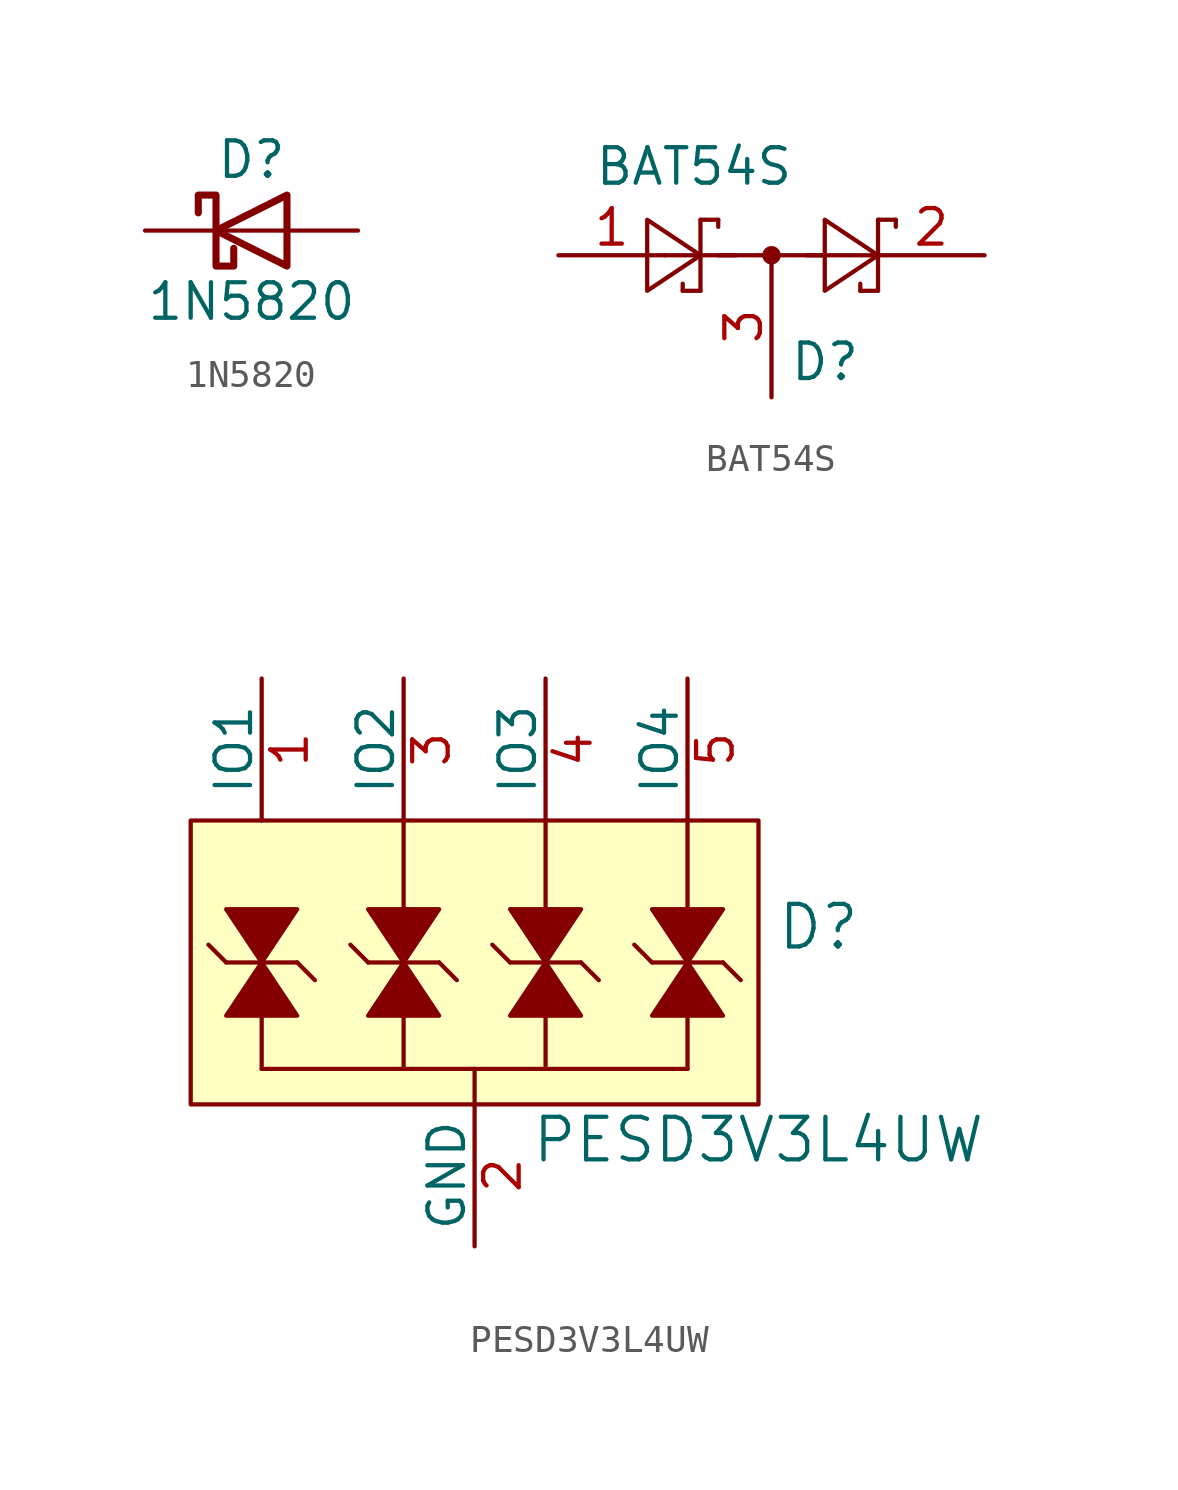
<source format=kicad_sym>
(kicad_symbol_lib
  (version 20220914)
  (generator kicad_symbol_editor)
  (symbol "1N5820"
    (pin_numbers hide)
    (pin_names
      (offset 1.016) hide)
    (property "Reference" "D"
      (at 0 2.54 0)
      (effects (font (size 1.27 1.27))))
    (property "Value" "1N5820"
      (at 0 -2.54 0)
      (effects (font (size 1.27 1.27))))
    (symbol "1N5820_0_1"
      (polyline (pts (xy 1.27 0) (xy -1.27 0)) (stroke (width 0) (type solid)) (fill (type none)))
      (polyline (pts (xy 1.27 1.27) (xy 1.27 -1.27) (xy -1.27 0) (xy 1.27 1.27)) (stroke (width 0.254) (type solid)) (fill (type none)))
      (polyline (pts (xy -1.905 0.635) (xy -1.905 1.27) (xy -1.27 1.27) (xy -1.27 -1.27) (xy -0.635 -1.27) (xy -0.635 -0.635)) (stroke (width 0.254) (type solid)) (fill (type none))))
    (symbol "1N5820_1_1"
      (pin passive line (at -3.81 0 0) (length 2.54) (name "K" (effects (font (size 1.27 1.27)))) (number "1" (effects (font (size 1.27 1.27)))))
      (pin passive line (at 3.81 0 180) (length 2.54) (name "A" (effects (font (size 1.27 1.27)))) (number "2" (effects (font (size 1.27 1.27)))))))
  (symbol "BAT54S"
    (pin_names
      (offset 1.016))
    (property "Reference" "D"
      (at 0.635 -3.81 0)
      (effects (font (size 1.27 1.27)) (justify left)))
    (property "Value" "BAT54S"
      (at -6.35 3.175 0)
      (effects (font (size 1.27 1.27)) (justify left)))
    (symbol "BAT54S_0_1"
      (polyline (pts (xy -3.81 0) (xy -1.27 0)) (stroke (width 0) (type solid)) (fill (type none)))
      (polyline (pts (xy -3.175 -1.27) (xy -3.175 -1.016)) (stroke (width 0) (type solid)) (fill (type none)))
      (polyline (pts (xy -2.54 -1.27) (xy -3.175 -1.27)) (stroke (width 0) (type solid)) (fill (type none)))
      (polyline (pts (xy -2.54 -1.27) (xy -2.54 1.27)) (stroke (width 0) (type solid)) (fill (type none)))
      (polyline (pts (xy -2.54 1.27) (xy -1.905 1.27)) (stroke (width 0) (type solid)) (fill (type none)))
      (polyline (pts (xy -1.905 0) (xy 1.905 0)) (stroke (width 0) (type solid)) (fill (type none)))
      (polyline (pts (xy -1.905 1.27) (xy -1.905 1.016)) (stroke (width 0) (type solid)) (fill (type none)))
      (polyline (pts (xy 1.27 0) (xy 3.81 0)) (stroke (width 0) (type solid)) (fill (type none)))
      (polyline (pts (xy 3.175 -1.27) (xy 3.175 -1.016)) (stroke (width 0) (type solid)) (fill (type none)))
      (polyline (pts (xy 3.81 -1.27) (xy 3.175 -1.27)) (stroke (width 0) (type solid)) (fill (type none)))
      (polyline (pts (xy 3.81 -1.27) (xy 3.81 1.27)) (stroke (width 0) (type solid)) (fill (type none)))
      (polyline (pts (xy 3.81 1.27) (xy 4.445 1.27)) (stroke (width 0) (type solid)) (fill (type none)))
      (polyline (pts (xy 4.445 1.27) (xy 4.445 1.016)) (stroke (width 0) (type solid)) (fill (type none)))
      (polyline (pts (xy -4.445 1.27) (xy -4.445 -1.27) (xy -2.54 0) (xy -4.445 1.27)) (stroke (width 0) (type solid)) (fill (type none)))
      (polyline (pts (xy 1.905 1.27) (xy 1.905 -1.27) (xy 3.81 0) (xy 1.905 1.27)) (stroke (width 0) (type solid)) (fill (type none)))
      (circle (center 0 0) (radius 0.254) (stroke (width 0) (type solid)) (fill (type outline))))
    (symbol "BAT54S_1_1"
      (pin passive line (at -7.62 0 0) (length 3.81) (name "~" (effects (font (size 1.27 1.27)))) (number "1" (effects (font (size 1.27 1.27)))))
      (pin passive line (at 7.62 0 180) (length 3.81) (name "~" (effects (font (size 1.27 1.27)))) (number "2" (effects (font (size 1.27 1.27)))))
      (pin passive line (at 0 -5.08 90) (length 5.08) (name "~" (effects (font (size 1.27 1.27)))) (number "3" (effects (font (size 1.27 1.27)))))))
  (symbol "PESD3V3L4UW"
    (pin_names
      (offset 0))
    (property "Reference" "D"
      (at 10.795 1.27 0)
      (effects (font (size 1.524 1.524)) (justify left)))
    (property "Value" "PESD3V3L4UW"
      (at 10.16 -6.35 0)
      (effects (font (size 1.524 1.524))))
    (symbol "PESD3V3L4UW_0_1"
      (rectangle (start -10.16 5.08) (end 10.16 -5.08) (stroke (width 0) (type solid)) (fill (type background)))
      (polyline (pts (xy -9.525 0.635) (xy -8.89 0)) (stroke (width 0) (type solid)) (fill (type none)))
      (polyline (pts (xy -7.62 -3.81) (xy 7.62 -3.81)) (stroke (width 0) (type solid)) (fill (type none)))
      (polyline (pts (xy -7.62 -1.905) (xy -7.62 -3.81)) (stroke (width 0) (type solid)) (fill (type none)))
      (polyline (pts (xy -5.715 -0.635) (xy -6.35 0)) (stroke (width 0) (type solid)) (fill (type none)))
      (polyline (pts (xy -2.54 -1.905) (xy -2.54 -3.81)) (stroke (width 0) (type solid)) (fill (type none)))
      (polyline (pts (xy -2.54 5.08) (xy -2.54 1.905)) (stroke (width 0) (type solid)) (fill (type none)))
      (polyline (pts (xy 0 -3.81) (xy 0 -5.08)) (stroke (width 0) (type solid)) (fill (type none)))
      (polyline (pts (xy 2.54 -1.905) (xy 2.54 -3.81)) (stroke (width 0) (type solid)) (fill (type none)))
      (polyline (pts (xy 2.54 5.08) (xy 2.54 1.905)) (stroke (width 0) (type solid)) (fill (type none)))
      (polyline (pts (xy 7.62 -1.905) (xy 7.62 -3.81)) (stroke (width 0) (type solid)) (fill (type none)))
      (polyline (pts (xy 7.62 5.08) (xy 7.62 1.905)) (stroke (width 0) (type solid)) (fill (type none))))
    (symbol "PESD3V3L4UW_1_1"
      (polyline (pts (xy -8.89 0) (xy -6.35 0)) (stroke (width 0) (type solid)) (fill (type none)))
      (polyline (pts (xy -4.445 0.635) (xy -3.81 0)) (stroke (width 0) (type solid)) (fill (type none)))
      (polyline (pts (xy -3.81 0) (xy -1.27 0)) (stroke (width 0) (type solid)) (fill (type none)))
      (polyline (pts (xy -0.635 -0.635) (xy -1.27 0)) (stroke (width 0) (type solid)) (fill (type none)))
      (polyline (pts (xy 0.635 0.635) (xy 1.27 0)) (stroke (width 0) (type solid)) (fill (type none)))
      (polyline (pts (xy 1.27 0) (xy 3.81 0)) (stroke (width 0) (type solid)) (fill (type none)))
      (polyline (pts (xy 4.445 -0.635) (xy 3.81 0)) (stroke (width 0) (type solid)) (fill (type none)))
      (polyline (pts (xy 5.715 0.635) (xy 6.35 0)) (stroke (width 0) (type solid)) (fill (type none)))
      (polyline (pts (xy 6.35 0) (xy 8.89 0)) (stroke (width 0) (type solid)) (fill (type none)))
      (polyline (pts (xy 9.525 -0.635) (xy 8.89 0)) (stroke (width 0) (type solid)) (fill (type none)))
      (polyline (pts (xy -8.89 -1.905) (xy -6.35 -1.905) (xy -7.62 0) (xy -8.89 -1.905)) (stroke (width 0) (type solid)) (fill (type outline)))
      (polyline (pts (xy -6.35 1.905) (xy -8.89 1.905) (xy -7.62 0) (xy -6.35 1.905)) (stroke (width 0) (type solid)) (fill (type outline)))
      (polyline (pts (xy -3.81 -1.905) (xy -1.27 -1.905) (xy -2.54 0) (xy -3.81 -1.905)) (stroke (width 0) (type solid)) (fill (type outline)))
      (polyline (pts (xy -1.27 1.905) (xy -3.81 1.905) (xy -2.54 0) (xy -1.27 1.905)) (stroke (width 0) (type solid)) (fill (type outline)))
      (polyline (pts (xy 1.27 -1.905) (xy 3.81 -1.905) (xy 2.54 0) (xy 1.27 -1.905)) (stroke (width 0) (type solid)) (fill (type outline)))
      (polyline (pts (xy 3.81 1.905) (xy 1.27 1.905) (xy 2.54 0) (xy 3.81 1.905)) (stroke (width 0) (type solid)) (fill (type outline)))
      (polyline (pts (xy 6.35 -1.905) (xy 8.89 -1.905) (xy 7.62 0) (xy 6.35 -1.905)) (stroke (width 0) (type solid)) (fill (type outline)))
      (polyline (pts (xy 8.89 1.905) (xy 6.35 1.905) (xy 7.62 0) (xy 8.89 1.905)) (stroke (width 0) (type solid)) (fill (type outline)))
      (pin bidirectional line (at -7.62 10.16 270) (length 5.08) (name "IO1" (effects (font (size 1.27 1.27)))) (number "1" (effects (font (size 1.27 1.27)))))
      (pin power_in line (at 0 -10.16 90) (length 5.08) (name "GND" (effects (font (size 1.27 1.27)))) (number "2" (effects (font (size 1.27 1.27)))))
      (pin bidirectional line (at -2.54 10.16 270) (length 5.08) (name "IO2" (effects (font (size 1.27 1.27)))) (number "3" (effects (font (size 1.27 1.27)))))
      (pin bidirectional line (at 2.54 10.16 270) (length 5.08) (name "IO3" (effects (font (size 1.27 1.27)))) (number "4" (effects (font (size 1.27 1.27)))))
      (pin bidirectional line (at 7.62 10.16 270) (length 5.08) (name "IO4" (effects (font (size 1.27 1.27)))) (number "5" (effects (font (size 1.27 1.27))))))))
</source>
